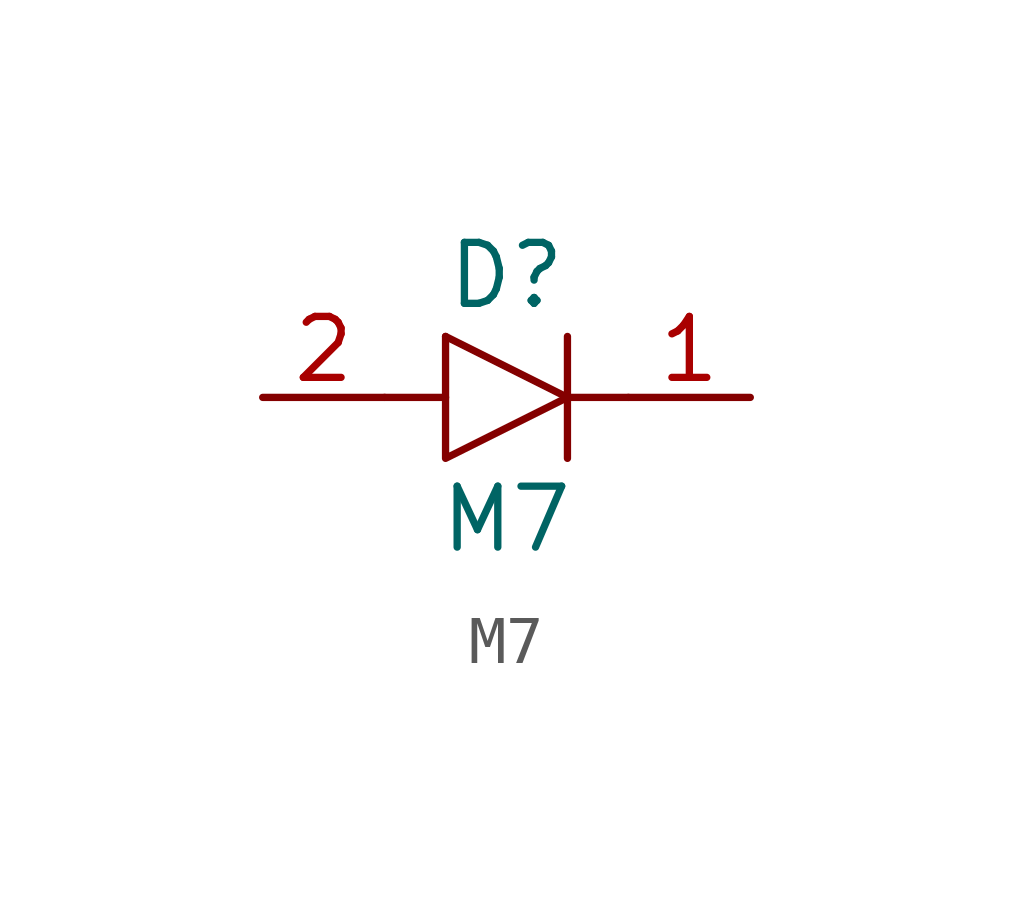
<source format=kicad_sym>
(kicad_symbol_lib
  (version 20211014)
  (generator kicad_symbol_editor)
  (symbol "M7"
    (property "Reference" "D"
      (at 0 2.54 0)
      (effects (font (size 1.27 1.27))))
    (property "Value" "M7"
      (at 0 -2.54 0)
      (effects (font (size 1.27 1.27))))
    (symbol "M7_0_1"
      (polyline (pts (xy -1.27 0) (xy -2.54 0)) (stroke (width 0) (type default) (color 0 0 0 0)) (fill (type none)))
      (polyline (pts (xy -1.27 1.27) (xy 1.27 0)) (stroke (width 0) (type default) (color 0 0 0 0)) (fill (type none)))
      (polyline (pts (xy 1.27 0) (xy 2.54 0)) (stroke (width 0) (type default) (color 0 0 0 0)) (fill (type none)))
      (polyline (pts (xy 1.27 1.27) (xy 1.27 -1.27)) (stroke (width 0) (type default) (color 0 0 0 0)) (fill (type none)))
      (polyline (pts (xy -1.27 1.27) (xy -1.27 -1.27) (xy 1.27 0)) (stroke (width 0) (type default) (color 0 0 0 0)) (fill (type none))))
    (symbol "M7_1_1"
      (pin output line (at 5.08 0 180) (length 2.54) (name "" (effects (font (size 1.27 1.27)))) (number "1" (effects (font (size 1.27 1.27)))))
      (pin input line (at -5.08 0 0) (length 2.54) (name "" (effects (font (size 1.27 1.27)))) (number "2" (effects (font (size 1.27 1.27))))))))
</source>
